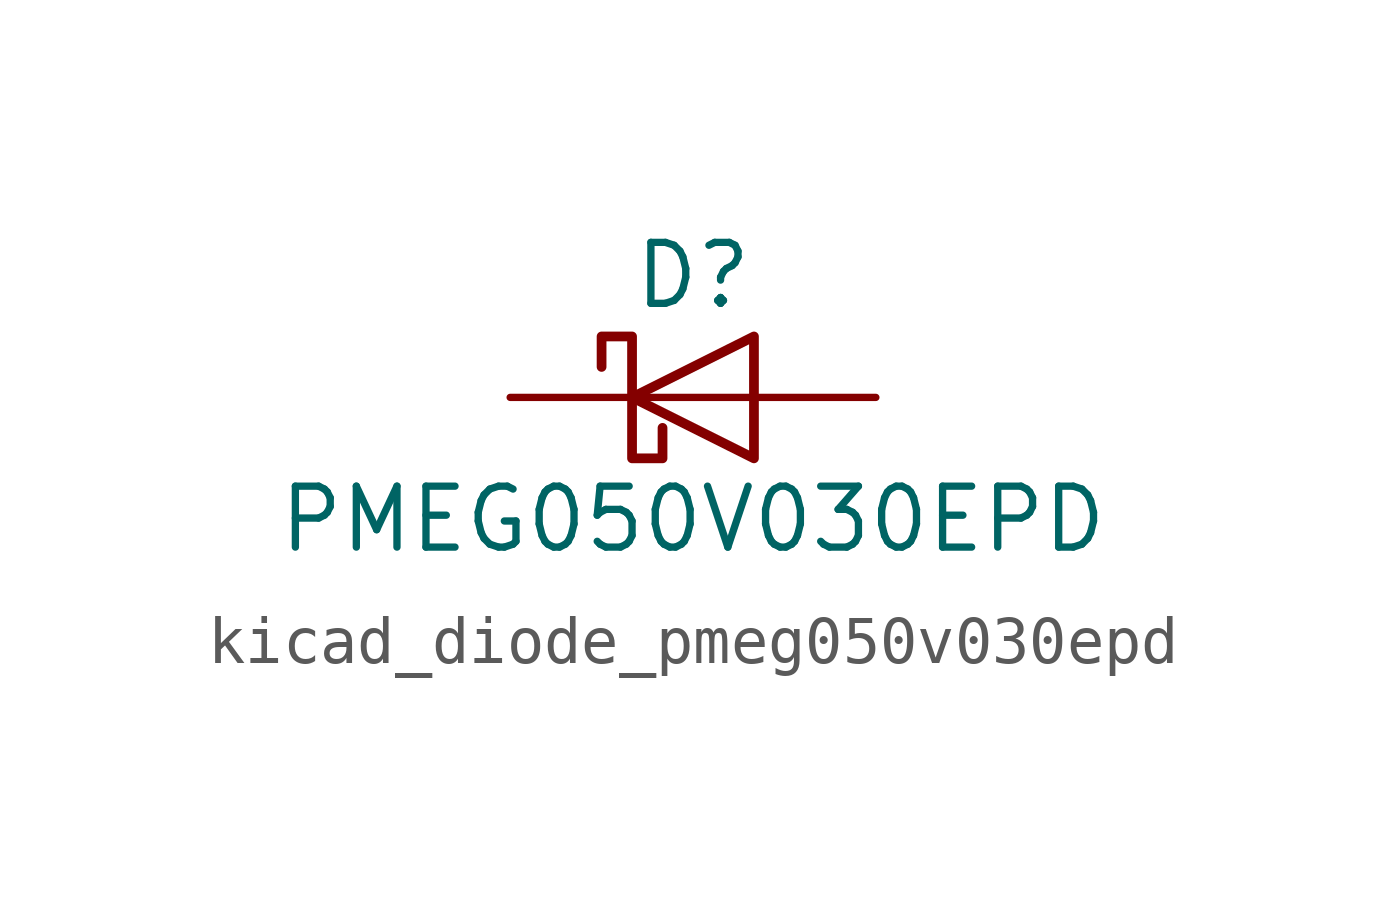
<source format=kicad_sym>
(kicad_symbol_lib
  (version 20220914)
  (generator kicad_symbol_editor)
  (symbol "kicad_diode_pmeg050v030epd"
    (pin_numbers hide)
    (pin_names hide)
    (property "Reference" "D"
      (at 0 2.54 0)
      (effects (font (size 1.27 1.27))))
    (property "Value" "PMEG050V030EPD"
      (at 0 -2.54 0)
      (effects (font (size 1.27 1.27))))
    (symbol "kicad_diode_pmeg050v030epd_0_1"
      (polyline (pts (xy 1.27 0) (xy -1.27 0)) (stroke (width 0) (type default)) (fill (type none)))
      (polyline (pts (xy 1.27 1.27) (xy 1.27 -1.27) (xy -1.27 0) (xy 1.27 1.27)) (stroke (width 0.203) (type default)) (fill (type none)))
      (polyline (pts (xy -1.905 0.635) (xy -1.905 1.27) (xy -1.27 1.27) (xy -1.27 -1.27) (xy -0.635 -1.27) (xy -0.635 -0.635)) (stroke (width 0.203) (type default)) (fill (type none))))
    (symbol "kicad_diode_pmeg050v030epd_1_1"
      (pin passive line (at 3.81 0 180) (length 2.54) (name "A" (effects (font (size 1.27 1.27)))) (number "1" (effects (font (size 1.27 1.27)))))
      (pin passive line (at 3.81 0 180) (length 2.54) hide (name "A" (effects (font (size 1.27 1.27)))) (number "2" (effects (font (size 1.27 1.27)))))
      (pin passive line (at -3.81 0 0) (length 2.54) (name "K" (effects (font (size 1.27 1.27)))) (number "3" (effects (font (size 1.27 1.27))))))))
</source>
